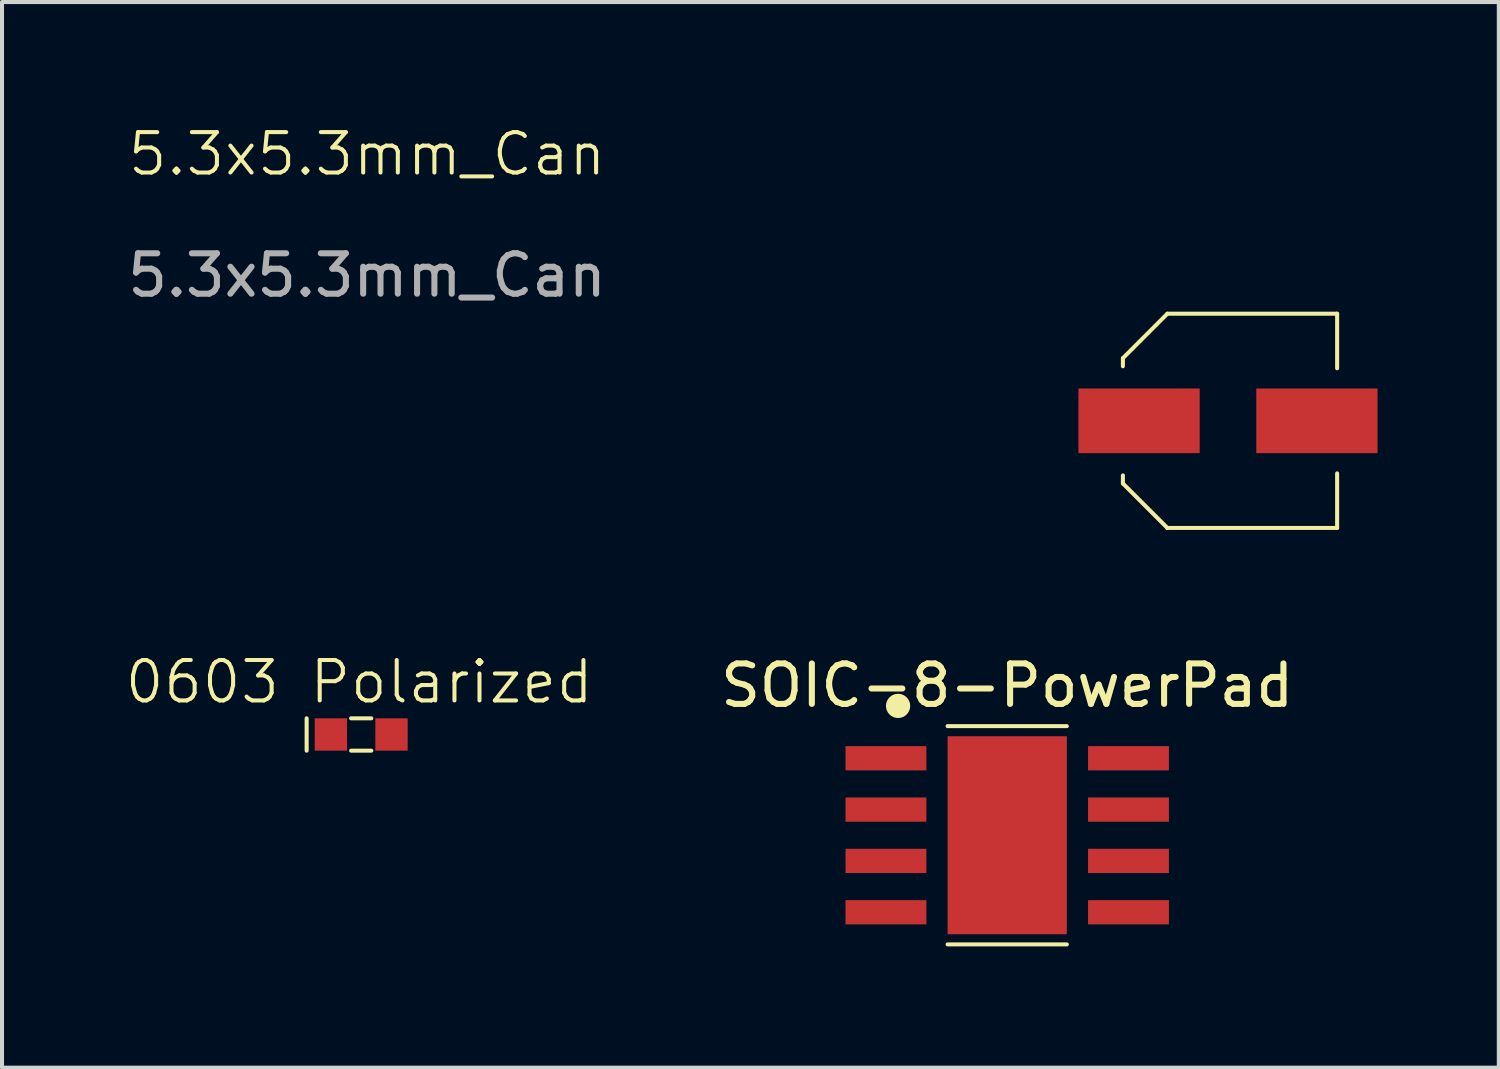
<source format=kicad_pcb>
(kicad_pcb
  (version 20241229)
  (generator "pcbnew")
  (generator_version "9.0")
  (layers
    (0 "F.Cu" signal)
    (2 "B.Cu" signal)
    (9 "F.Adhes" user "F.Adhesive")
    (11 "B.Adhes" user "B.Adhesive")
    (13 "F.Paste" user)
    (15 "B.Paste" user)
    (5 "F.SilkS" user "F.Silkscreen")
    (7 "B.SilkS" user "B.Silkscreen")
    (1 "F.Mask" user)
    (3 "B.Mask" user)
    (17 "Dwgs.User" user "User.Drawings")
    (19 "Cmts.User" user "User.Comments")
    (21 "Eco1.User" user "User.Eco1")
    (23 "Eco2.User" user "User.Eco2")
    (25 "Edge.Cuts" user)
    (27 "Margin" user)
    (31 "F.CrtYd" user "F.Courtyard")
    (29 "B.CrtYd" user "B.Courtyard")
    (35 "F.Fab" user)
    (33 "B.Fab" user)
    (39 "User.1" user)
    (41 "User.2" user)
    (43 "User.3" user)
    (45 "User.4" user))
  (footprint "5.3x5.3mm_Can"
    (layer "F.Cu")
    (at 25.13 7.361)
    (property "Reference" "5.3x5.3mm_Can" (at -19.1 -6.6 0) (unlocked yes) (layer "F.SilkS") (effects (font (size 1 1) (thickness 0.1))))
    (attr smd)
    (fp_line (start -0.4 -1.55) (end 0.7 -2.65) (stroke (width 0.1) (type default)) (layer "F.SilkS"))
    (fp_line (start -0.4 -1.35) (end -0.4 -1.55) (stroke (width 0.1) (type default)) (layer "F.SilkS"))
    (fp_line (start -0.4 1.35) (end -0.4 1.55) (stroke (width 0.1) (type default)) (layer "F.SilkS"))
    (fp_line (start -0.4 1.55) (end 0.7 2.65) (stroke (width 0.1) (type default)) (layer "F.SilkS"))
    (fp_line (start 4.9 -2.65) (end 0.7 -2.65) (stroke (width 0.1) (type default)) (layer "F.SilkS"))
    (fp_line (start 4.9 -2.65) (end 4.9 -1.3) (stroke (width 0.1) (type default)) (layer "F.SilkS"))
    (fp_line (start 4.9 2.65) (end 0.7 2.65) (stroke (width 0.1) (type default)) (layer "F.SilkS"))
    (fp_line (start 4.9 2.65) (end 4.9 1.3) (stroke (width 0.1) (type default)) (layer "F.SilkS"))
    (fp_text user "${REFERENCE}" (at -19.1 -3.6 0) (unlocked yes) (layer "F.Fab") (effects (font (size 1 1) (thickness 0.15))))
    (pad "1" smd rect (at 0 0) (size 3 1.6) (layers "F.Cu" "F.Mask" "F.Paste"))
    (pad "2" smd rect (at 4.4 0) (size 3 1.6) (layers "F.Cu" "F.Mask" "F.Paste")))
  (footprint "0603 Polarized"
    (layer "F.Cu")
    (at 5.136 15.121)
    (property "Reference" "0603 Polarized" (at 0.7 -1.3 0) (unlocked yes) (layer "F.SilkS") (effects (font (size 1 1) (thickness 0.1))))
    (attr smd)
    (fp_line (start -0.6 -0.4) (end -0.6 0.4) (stroke (width 0.1) (type default)) (layer "F.SilkS"))
    (fp_line (start 0.5 -0.4) (end 1 -0.4) (stroke (width 0.1) (type default)) (layer "F.SilkS"))
    (fp_line (start 0.5 0.4) (end 1 0.4) (stroke (width 0.1) (type default)) (layer "F.SilkS"))
    (pad "1" smd rect (at 0 0) (size 0.8 0.8) (layers "F.Cu" "F.Mask" "F.Paste"))
    (pad "2" smd rect (at 1.5 0) (size 0.8 0.8) (layers "F.Cu" "F.Mask" "F.Paste")))
  (footprint "SOIC-8-PowerPad"
    (layer "F.Cu")
    (at 21.868 17.614)
    (property "Reference" "SOIC-8-PowerPad" (at 0 -3.705 0) (layer "F.SilkS") (effects (font (size 1 1) (thickness 0.15))))
    (attr smd)
    (fp_rect (start -1.355 -1.7) (end 1.355 1.7) (stroke (width 0) (type solid)) (fill yes) (layer "F.Mask"))
    (fp_line (start 1.475 -2.7) (end -1.475 -2.7) (stroke (width 0.1) (type default)) (layer "F.SilkS"))
    (fp_line (start 1.475 2.7) (end -1.475 2.7) (stroke (width 0.1) (type default)) (layer "F.SilkS"))
    (fp_circle (center -2.7 -3.2) (end -2.7 -2.95) (stroke (width 0.1) (type solid)) (fill yes) (layer "F.SilkS"))
    (fp_rect (start -1.255 -1.6) (end 1.255 1.6) (stroke (width 0) (type solid)) (fill yes) (layer "F.Paste"))
    (pad "1" smd rect (at -3 -1.905 270) (size 0.6 2) (layers "F.Cu" "F.Mask" "F.Paste"))
    (pad "2" smd rect (at -3 -0.635 270) (size 0.6 2) (layers "F.Cu" "F.Mask" "F.Paste"))
    (pad "3" smd rect (at -3 0.635 270) (size 0.6 2) (layers "F.Cu" "F.Mask" "F.Paste"))
    (pad "4" smd rect (at -3 1.905 270) (size 0.6 2) (layers "F.Cu" "F.Mask" "F.Paste"))
    (pad "5" smd rect (at 3 1.905 270) (size 0.6 2) (layers "F.Cu" "F.Mask" "F.Paste"))
    (pad "6" smd rect (at 3 0.635 270) (size 0.6 2) (layers "F.Cu" "F.Mask" "F.Paste"))
    (pad "7" smd rect (at 3 -0.635 270) (size 0.6 2) (layers "F.Cu" "F.Mask" "F.Paste"))
    (pad "8" smd rect (at 3 -1.905 270) (size 0.6 2) (layers "F.Cu" "F.Mask" "F.Paste"))
    (pad "9" smd rect (at 0 0 270) (size 4.9 2.95) (layers "F.Cu")))
  (gr_rect
    (start -3 -3)
    (end 34.03 23.364)
    (stroke (width 0.1) (type default))
    (fill no)
    (layer "Edge.Cuts")))
</source>
